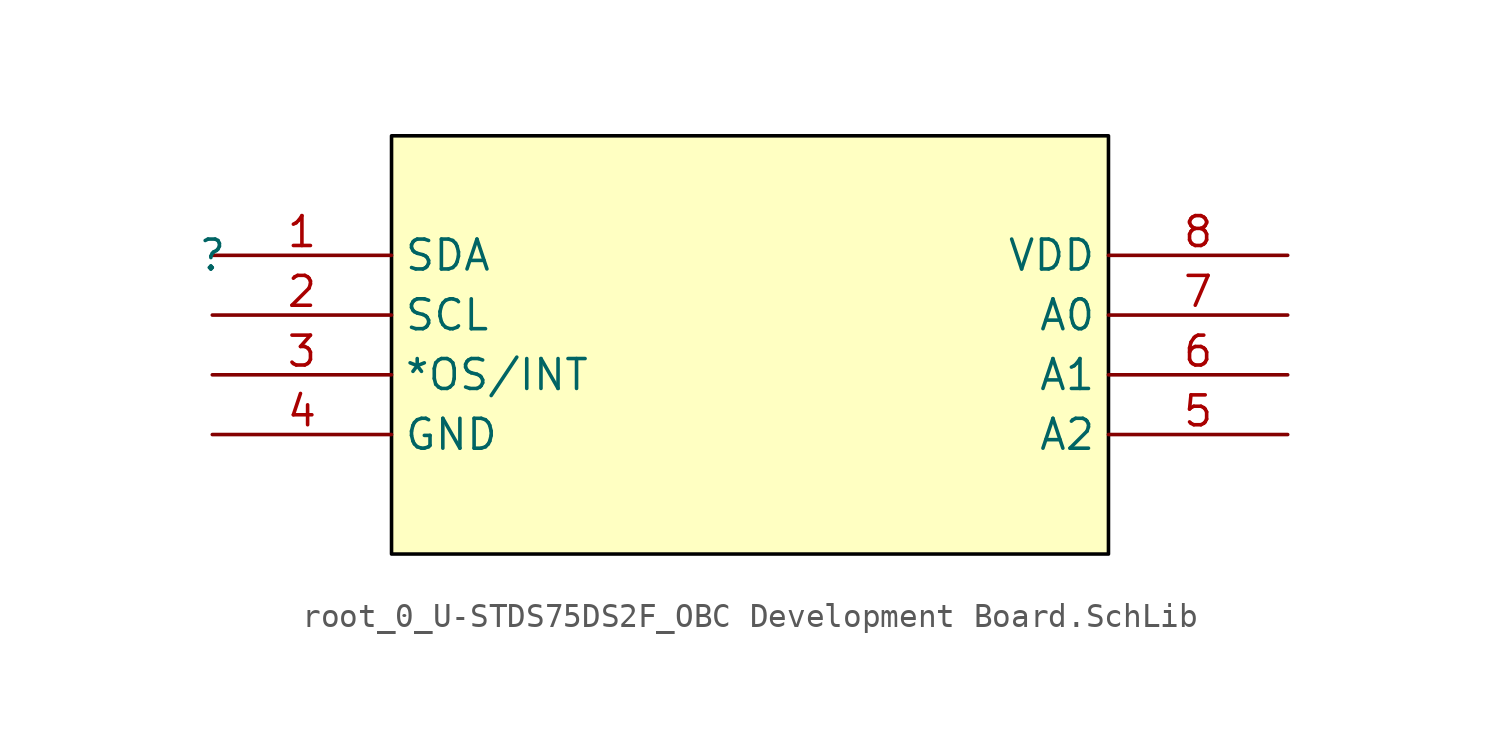
<source format=kicad_sym>
(kicad_symbol_lib
  (version 20241209)
  (generator "kicad_symbol_editor")
  (generator_version "9.0")
  (symbol "root_0_U-STDS75DS2F_OBC Development Board.SchLib"
    (property "Reference" ""
      (at 0 0 0)
      (effects (font (size 1.27 1.27))))
    (property "Value" ""
      (at 0 0 0)
      (effects (font (size 1.27 1.27))))
    (symbol "root_0_U-STDS75DS2F_OBC Development Board.SchLib_1_0"
      (rectangle (start 38.1 5.08) (end 7.62 -12.7) (stroke (width 0) (type solid) (color 0 0 0 1)) (fill (type background)))
      (pin passive line (at 0 0 0) (length 7.62) (name "SDA" (effects (font (size 1.27 1.27)))) (number "1" (effects (font (size 1.27 1.27)))))
      (pin passive line (at 0 -2.54 0) (length 7.62) (name "SCL" (effects (font (size 1.27 1.27)))) (number "2" (effects (font (size 1.27 1.27)))))
      (pin passive line (at 0 -5.08 0) (length 7.62) (name "*OS/INT" (effects (font (size 1.27 1.27)))) (number "3" (effects (font (size 1.27 1.27)))))
      (pin passive line (at 0 -7.62 0) (length 7.62) (name "GND" (effects (font (size 1.27 1.27)))) (number "4" (effects (font (size 1.27 1.27)))))
      (pin passive line (at 45.72 0 180) (length 7.62) (name "VDD" (effects (font (size 1.27 1.27)))) (number "8" (effects (font (size 1.27 1.27)))))
      (pin passive line (at 45.72 -2.54 180) (length 7.62) (name "A0" (effects (font (size 1.27 1.27)))) (number "7" (effects (font (size 1.27 1.27)))))
      (pin passive line (at 45.72 -5.08 180) (length 7.62) (name "A1" (effects (font (size 1.27 1.27)))) (number "6" (effects (font (size 1.27 1.27)))))
      (pin passive line (at 45.72 -7.62 180) (length 7.62) (name "A2" (effects (font (size 1.27 1.27)))) (number "5" (effects (font (size 1.27 1.27))))))))
</source>
